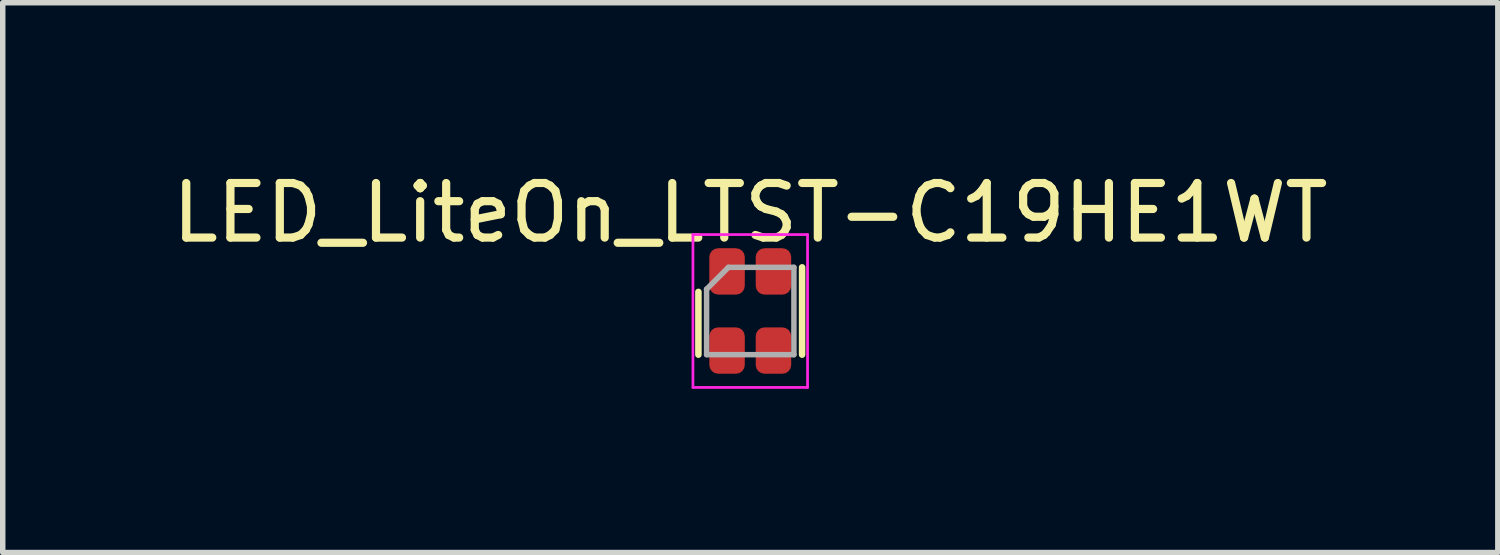
<source format=kicad_pcb>
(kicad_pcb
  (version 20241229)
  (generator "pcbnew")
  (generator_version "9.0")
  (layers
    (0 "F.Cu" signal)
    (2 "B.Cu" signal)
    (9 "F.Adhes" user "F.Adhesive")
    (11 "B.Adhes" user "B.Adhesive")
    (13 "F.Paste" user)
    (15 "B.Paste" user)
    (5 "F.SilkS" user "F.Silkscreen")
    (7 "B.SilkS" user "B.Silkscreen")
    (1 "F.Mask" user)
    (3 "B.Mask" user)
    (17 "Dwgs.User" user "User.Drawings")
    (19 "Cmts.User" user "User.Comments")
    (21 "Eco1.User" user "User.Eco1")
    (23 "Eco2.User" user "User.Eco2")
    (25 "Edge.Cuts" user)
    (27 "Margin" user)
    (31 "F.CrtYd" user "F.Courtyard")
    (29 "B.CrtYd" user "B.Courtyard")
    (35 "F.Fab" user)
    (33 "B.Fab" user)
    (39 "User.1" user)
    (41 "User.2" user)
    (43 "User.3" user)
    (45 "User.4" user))
  (footprint "LED_LiteOn_LTST-C19HE1WT"
    (layer "F.Cu")
    (at 10.696 2.648)
    (property "Reference" "LED_LiteOn_LTST-C19HE1WT" (at 0 -1.8 180) (layer "F.SilkS") (effects (font (size 1 1) (thickness 0.15))))
    (attr smd)
    (fp_line (start -0.95 -0.35) (end -0.95 0.8) (stroke (width 0.12) (type solid)) (layer "F.SilkS"))
    (fp_line (start 0.95 -0.8) (end 0.95 0.8) (stroke (width 0.12) (type solid)) (layer "F.SilkS"))
    (fp_line (start -1.05 -1.4) (end 1.05 -1.4) (stroke (width 0.05) (type solid)) (layer "F.CrtYd"))
    (fp_line (start -1.05 1.4) (end -1.05 -1.4) (stroke (width 0.05) (type solid)) (layer "F.CrtYd"))
    (fp_line (start 1.05 -1.4) (end 1.05 1.4) (stroke (width 0.05) (type solid)) (layer "F.CrtYd"))
    (fp_line (start 1.05 1.4) (end -1.05 1.4) (stroke (width 0.05) (type solid)) (layer "F.CrtYd"))
    (fp_line (start -0.8 -0.4) (end -0.8 0.8) (stroke (width 0.1) (type solid)) (layer "F.Fab"))
    (fp_line (start -0.8 0.8) (end 0.8 0.8) (stroke (width 0.1) (type solid)) (layer "F.Fab"))
    (fp_line (start -0.4 -0.8) (end -0.8 -0.4) (stroke (width 0.1) (type solid)) (layer "F.Fab"))
    (fp_line (start 0.8 -0.8) (end -0.4 -0.8) (stroke (width 0.1) (type solid)) (layer "F.Fab"))
    (fp_line (start 0.8 0.8) (end 0.8 -0.8) (stroke (width 0.1) (type solid)) (layer "F.Fab"))
    (pad "1" smd roundrect (at -0.425 -0.725) (size 0.65 0.85) (layers "F.Cu" "F.Mask" "F.Paste") (roundrect_rratio 0.25))
    (pad "2" smd roundrect (at 0.425 -0.725) (size 0.65 0.85) (layers "F.Cu" "F.Mask" "F.Paste") (roundrect_rratio 0.25))
    (pad "3" smd roundrect (at 0.425 0.725) (size 0.65 0.85) (layers "F.Cu" "F.Mask" "F.Paste") (roundrect_rratio 0.25))
    (pad "4" smd roundrect (at -0.425 0.725) (size 0.65 0.85) (layers "F.Cu" "F.Mask" "F.Paste") (roundrect_rratio 0.25)))
  (gr_rect
    (start -3 -3)
    (end 24.393 7.073)
    (stroke (width 0.1) (type default))
    (fill no)
    (layer "Edge.Cuts")))
</source>
